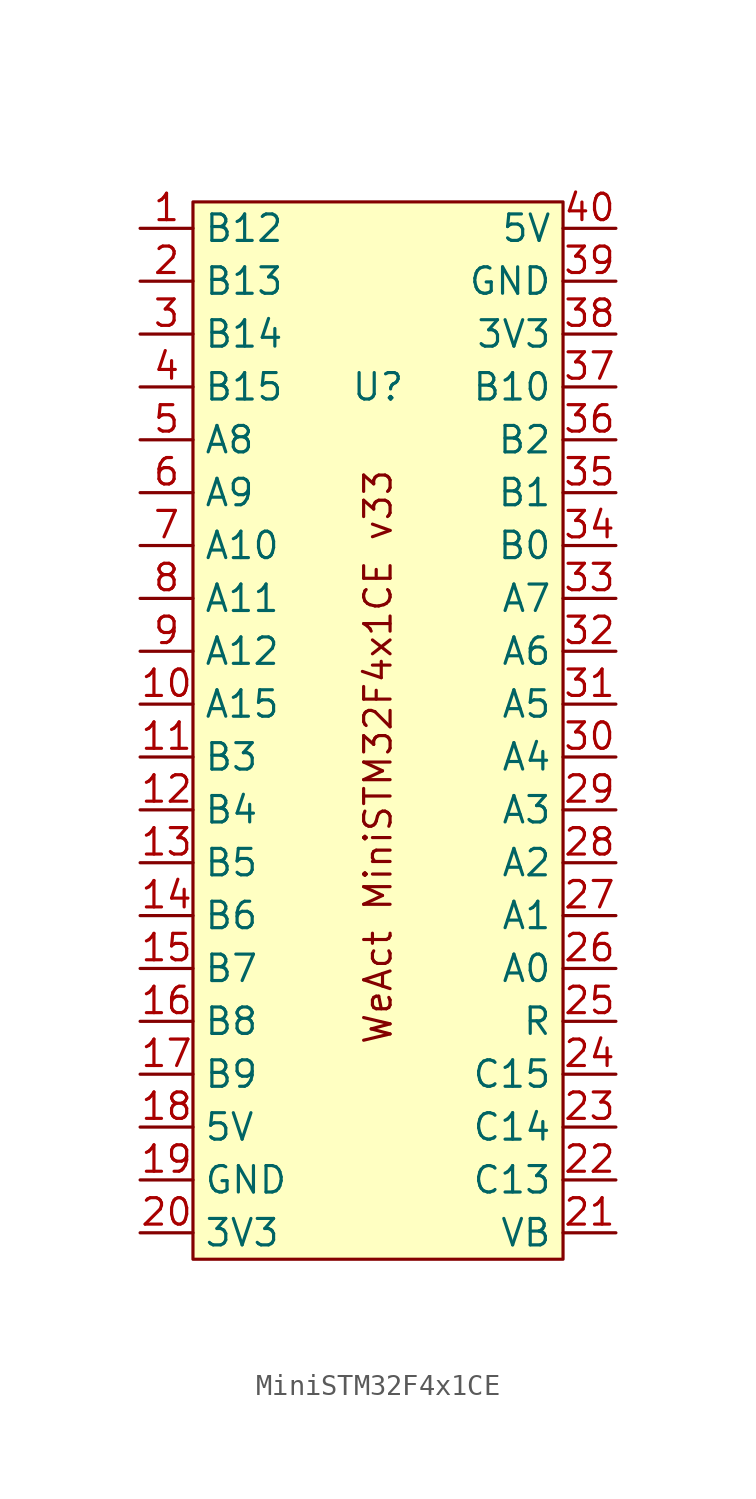
<source format=kicad_sym>
(kicad_symbol_lib
  (version 20220914)
  (generator kicad_symbol_editor)
  (symbol "MiniSTM32F4x1CE"
    (property "Reference" "U"
      (at 0 0 0)
      (effects (font (size 1.27 1.27))))
    (property "Value" ""
      (at 0 0 0)
      (effects (font (size 1.27 1.27))))
    (symbol "MiniSTM32F4x1CE_1_1"
      (rectangle (start -8.89 8.89) (end 8.89 -41.91) (stroke (width 0) (type default)) (fill (type background)))
      (text "WeAct MiniSTM32F4x1CE v33" (at 0 -17.78 900) (effects (font (size 1.27 1.27))))
      (pin bidirectional line (at -11.43 7.62 0) (length 2.54) (name "B12" (effects (font (size 1.27 1.27)))) (number "1" (effects (font (size 1.27 1.27)))))
      (pin bidirectional line (at -11.43 -15.24 0) (length 2.54) (name "A15" (effects (font (size 1.27 1.27)))) (number "10" (effects (font (size 1.27 1.27)))))
      (pin bidirectional line (at -11.43 -17.78 0) (length 2.54) (name "B3" (effects (font (size 1.27 1.27)))) (number "11" (effects (font (size 1.27 1.27)))))
      (pin bidirectional line (at -11.43 -20.32 0) (length 2.54) (name "B4" (effects (font (size 1.27 1.27)))) (number "12" (effects (font (size 1.27 1.27)))))
      (pin bidirectional line (at -11.43 -22.86 0) (length 2.54) (name "B5" (effects (font (size 1.27 1.27)))) (number "13" (effects (font (size 1.27 1.27)))))
      (pin bidirectional line (at -11.43 -25.4 0) (length 2.54) (name "B6" (effects (font (size 1.27 1.27)))) (number "14" (effects (font (size 1.27 1.27)))))
      (pin bidirectional line (at -11.43 -27.94 0) (length 2.54) (name "B7" (effects (font (size 1.27 1.27)))) (number "15" (effects (font (size 1.27 1.27)))))
      (pin bidirectional line (at -11.43 -30.48 0) (length 2.54) (name "B8" (effects (font (size 1.27 1.27)))) (number "16" (effects (font (size 1.27 1.27)))))
      (pin bidirectional line (at -11.43 -33.02 0) (length 2.54) (name "B9" (effects (font (size 1.27 1.27)))) (number "17" (effects (font (size 1.27 1.27)))))
      (pin power_in line (at -11.43 -35.56 0) (length 2.54) (name "5V" (effects (font (size 1.27 1.27)))) (number "18" (effects (font (size 1.27 1.27)))))
      (pin power_in line (at -11.43 -38.1 0) (length 2.54) (name "GND" (effects (font (size 1.27 1.27)))) (number "19" (effects (font (size 1.27 1.27)))))
      (pin bidirectional line (at -11.43 5.08 0) (length 2.54) (name "B13" (effects (font (size 1.27 1.27)))) (number "2" (effects (font (size 1.27 1.27)))))
      (pin power_in line (at -11.43 -40.64 0) (length 2.54) (name "3V3" (effects (font (size 1.27 1.27)))) (number "20" (effects (font (size 1.27 1.27)))))
      (pin power_in line (at 11.43 -40.64 180) (length 2.54) (name "VB" (effects (font (size 1.27 1.27)))) (number "21" (effects (font (size 1.27 1.27)))))
      (pin bidirectional line (at 11.43 -38.1 180) (length 2.54) (name "C13" (effects (font (size 1.27 1.27)))) (number "22" (effects (font (size 1.27 1.27)))))
      (pin bidirectional line (at 11.43 -35.56 180) (length 2.54) (name "C14" (effects (font (size 1.27 1.27)))) (number "23" (effects (font (size 1.27 1.27)))))
      (pin bidirectional line (at 11.43 -33.02 180) (length 2.54) (name "C15" (effects (font (size 1.27 1.27)))) (number "24" (effects (font (size 1.27 1.27)))))
      (pin bidirectional line (at 11.43 -30.48 180) (length 2.54) (name "R" (effects (font (size 1.27 1.27)))) (number "25" (effects (font (size 1.27 1.27)))))
      (pin bidirectional line (at 11.43 -27.94 180) (length 2.54) (name "A0" (effects (font (size 1.27 1.27)))) (number "26" (effects (font (size 1.27 1.27)))))
      (pin bidirectional line (at 11.43 -25.4 180) (length 2.54) (name "A1" (effects (font (size 1.27 1.27)))) (number "27" (effects (font (size 1.27 1.27)))))
      (pin bidirectional line (at 11.43 -22.86 180) (length 2.54) (name "A2" (effects (font (size 1.27 1.27)))) (number "28" (effects (font (size 1.27 1.27)))))
      (pin bidirectional line (at 11.43 -20.32 180) (length 2.54) (name "A3" (effects (font (size 1.27 1.27)))) (number "29" (effects (font (size 1.27 1.27)))))
      (pin bidirectional line (at -11.43 2.54 0) (length 2.54) (name "B14" (effects (font (size 1.27 1.27)))) (number "3" (effects (font (size 1.27 1.27)))))
      (pin bidirectional line (at 11.43 -17.78 180) (length 2.54) (name "A4" (effects (font (size 1.27 1.27)))) (number "30" (effects (font (size 1.27 1.27)))))
      (pin bidirectional line (at 11.43 -15.24 180) (length 2.54) (name "A5" (effects (font (size 1.27 1.27)))) (number "31" (effects (font (size 1.27 1.27)))))
      (pin bidirectional line (at 11.43 -12.7 180) (length 2.54) (name "A6" (effects (font (size 1.27 1.27)))) (number "32" (effects (font (size 1.27 1.27)))))
      (pin bidirectional line (at 11.43 -10.16 180) (length 2.54) (name "A7" (effects (font (size 1.27 1.27)))) (number "33" (effects (font (size 1.27 1.27)))))
      (pin bidirectional line (at 11.43 -7.62 180) (length 2.54) (name "B0" (effects (font (size 1.27 1.27)))) (number "34" (effects (font (size 1.27 1.27)))))
      (pin bidirectional line (at 11.43 -5.08 180) (length 2.54) (name "B1" (effects (font (size 1.27 1.27)))) (number "35" (effects (font (size 1.27 1.27)))))
      (pin bidirectional line (at 11.43 -2.54 180) (length 2.54) (name "B2" (effects (font (size 1.27 1.27)))) (number "36" (effects (font (size 1.27 1.27)))))
      (pin bidirectional line (at 11.43 0 180) (length 2.54) (name "B10" (effects (font (size 1.27 1.27)))) (number "37" (effects (font (size 1.27 1.27)))))
      (pin power_in line (at 11.43 2.54 180) (length 2.54) (name "3V3" (effects (font (size 1.27 1.27)))) (number "38" (effects (font (size 1.27 1.27)))))
      (pin power_in line (at 11.43 5.08 180) (length 2.54) (name "GND" (effects (font (size 1.27 1.27)))) (number "39" (effects (font (size 1.27 1.27)))))
      (pin bidirectional line (at -11.43 0 0) (length 2.54) (name "B15" (effects (font (size 1.27 1.27)))) (number "4" (effects (font (size 1.27 1.27)))))
      (pin power_in line (at 11.43 7.62 180) (length 2.54) (name "5V" (effects (font (size 1.27 1.27)))) (number "40" (effects (font (size 1.27 1.27)))))
      (pin bidirectional line (at -11.43 -2.54 0) (length 2.54) (name "A8" (effects (font (size 1.27 1.27)))) (number "5" (effects (font (size 1.27 1.27)))))
      (pin bidirectional line (at -11.43 -5.08 0) (length 2.54) (name "A9" (effects (font (size 1.27 1.27)))) (number "6" (effects (font (size 1.27 1.27)))))
      (pin bidirectional line (at -11.43 -7.62 0) (length 2.54) (name "A10" (effects (font (size 1.27 1.27)))) (number "7" (effects (font (size 1.27 1.27)))))
      (pin bidirectional line (at -11.43 -10.16 0) (length 2.54) (name "A11" (effects (font (size 1.27 1.27)))) (number "8" (effects (font (size 1.27 1.27)))))
      (pin bidirectional line (at -11.43 -12.7 0) (length 2.54) (name "A12" (effects (font (size 1.27 1.27)))) (number "9" (effects (font (size 1.27 1.27))))))))
</source>
